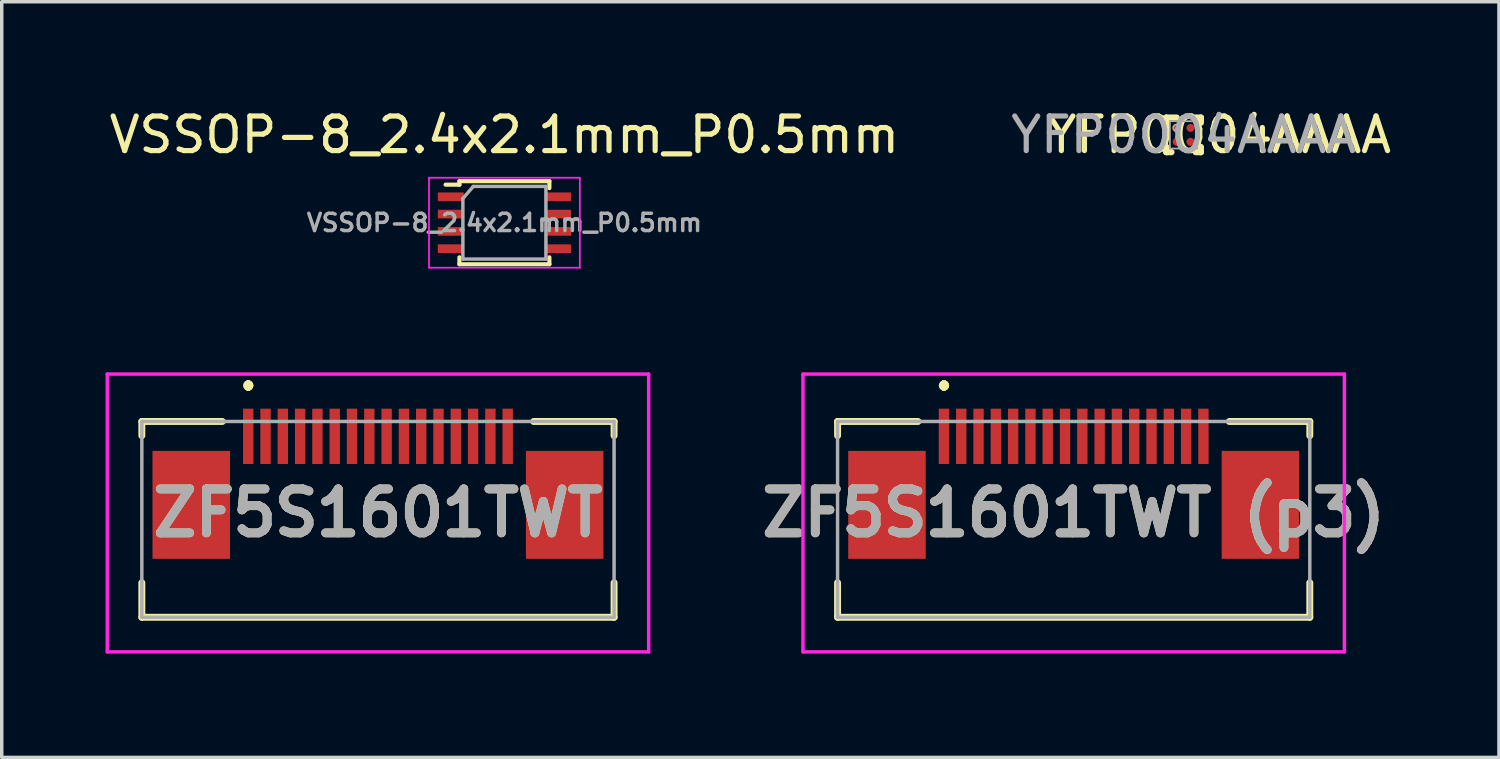
<source format=kicad_pcb>
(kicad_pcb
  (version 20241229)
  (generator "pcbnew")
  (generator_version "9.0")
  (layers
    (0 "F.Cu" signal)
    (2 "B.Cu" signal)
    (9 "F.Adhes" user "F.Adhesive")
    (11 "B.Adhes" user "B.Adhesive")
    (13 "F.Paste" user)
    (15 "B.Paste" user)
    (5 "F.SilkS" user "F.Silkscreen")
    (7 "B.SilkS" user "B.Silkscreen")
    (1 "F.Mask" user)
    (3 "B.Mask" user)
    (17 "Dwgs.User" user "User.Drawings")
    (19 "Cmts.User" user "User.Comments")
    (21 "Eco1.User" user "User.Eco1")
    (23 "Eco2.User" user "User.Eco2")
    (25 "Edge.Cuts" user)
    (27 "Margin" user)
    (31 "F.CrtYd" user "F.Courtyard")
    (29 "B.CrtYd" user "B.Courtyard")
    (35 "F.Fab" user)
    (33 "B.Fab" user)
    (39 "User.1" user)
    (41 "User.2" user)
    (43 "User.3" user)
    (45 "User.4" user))
  (footprint "VSSOP-8_2.4x2.1mm_P0.5mm"
    (layer "F.Cu")
    (at 11.53 3.388)
    (property "Reference" "VSSOP-8_2.4x2.1mm_P0.5mm" (at 0 -2.54 0) (layer "F.SilkS") (effects (font (size 1 1) (thickness 0.15))))
    (attr smd)
    (fp_line (start -1.3 -1.2) (end -1.3 -1.1) (stroke (width 0.12) (type solid)) (layer "F.SilkS"))
    (fp_line (start -1.3 -1.1) (end -1.7 -1.1) (stroke (width 0.12) (type solid)) (layer "F.SilkS"))
    (fp_line (start -1.3 1.2) (end -1.3 1) (stroke (width 0.12) (type solid)) (layer "F.SilkS"))
    (fp_line (start -1.3 1.2) (end 1.3 1.2) (stroke (width 0.12) (type solid)) (layer "F.SilkS"))
    (fp_line (start 1.3 -1.2) (end -1.3 -1.2) (stroke (width 0.12) (type solid)) (layer "F.SilkS"))
    (fp_line (start 1.3 -1) (end 1.3 -1.2) (stroke (width 0.12) (type solid)) (layer "F.SilkS"))
    (fp_line (start 1.3 1.2) (end 1.3 1) (stroke (width 0.12) (type solid)) (layer "F.SilkS"))
    (fp_line (start -2.18 -1.3) (end 2.18 -1.3) (stroke (width 0.05) (type solid)) (layer "F.CrtYd"))
    (fp_line (start -2.18 1.3) (end -2.18 -1.3) (stroke (width 0.05) (type solid)) (layer "F.CrtYd"))
    (fp_line (start 2.18 -1.3) (end 2.18 1.3) (stroke (width 0.05) (type solid)) (layer "F.CrtYd"))
    (fp_line (start 2.18 1.3) (end -2.18 1.3) (stroke (width 0.05) (type solid)) (layer "F.CrtYd"))
    (fp_line (start -1.2 -0.7) (end -1.2 1.05) (stroke (width 0.1) (type solid)) (layer "F.Fab"))
    (fp_line (start -1.2 1.05) (end 1.2 1.05) (stroke (width 0.1) (type solid)) (layer "F.Fab"))
    (fp_line (start -0.9 -1.05) (end -1.2 -0.7) (stroke (width 0.1) (type solid)) (layer "F.Fab"))
    (fp_line (start 1.2 -1.05) (end -0.9 -1.05) (stroke (width 0.1) (type solid)) (layer "F.Fab"))
    (fp_line (start 1.2 1.05) (end 1.2 -1.05) (stroke (width 0.1) (type solid)) (layer "F.Fab"))
    (fp_text user "${REFERENCE}" (at 0 0 0) (layer "F.Fab") (effects (font (size 0.5 0.5) (thickness 0.1))))
    (pad "1" smd rect (at -1.55 -0.75) (size 0.75 0.25) (layers "F.Cu" "F.Mask" "F.Paste"))
    (pad "2" smd rect (at -1.55 -0.25) (size 0.75 0.25) (layers "F.Cu" "F.Mask" "F.Paste"))
    (pad "3" smd rect (at -1.55 0.25) (size 0.75 0.25) (layers "F.Cu" "F.Mask" "F.Paste"))
    (pad "4" smd rect (at -1.55 0.75) (size 0.75 0.25) (layers "F.Cu" "F.Mask" "F.Paste"))
    (pad "5" smd rect (at 1.55 0.75) (size 0.75 0.25) (layers "F.Cu" "F.Mask" "F.Paste"))
    (pad "6" smd rect (at 1.55 0.25) (size 0.75 0.25) (layers "F.Cu" "F.Mask" "F.Paste"))
    (pad "7" smd rect (at 1.55 -0.25) (size 0.75 0.25) (layers "F.Cu" "F.Mask" "F.Paste"))
    (pad "8" smd rect (at 1.55 -0.75) (size 0.75 0.25) (layers "F.Cu" "F.Mask" "F.Paste")))
  (footprint "ZF5S1601TWT"
    (layer "F.Cu")
    (at 7.875 11.963)
    (property "Reference" "ZF5S1601TWT" (at 0 -0.185 180) (layer "F.SilkS") (effects (font (size 1.27 1.27) (thickness 0.254))))
    (attr smd)
    (fp_line (start -6.825 -2.83) (end -6.825 -2.42) (stroke (width 0.2) (type solid)) (layer "F.SilkS"))
    (fp_line (start -6.825 1.83) (end -6.825 2.83) (stroke (width 0.2) (type solid)) (layer "F.SilkS"))
    (fp_line (start -6.825 2.83) (end 6.825 2.83) (stroke (width 0.2) (type solid)) (layer "F.SilkS"))
    (fp_line (start -4.5 -2.83) (end -6.825 -2.83) (stroke (width 0.2) (type solid)) (layer "F.SilkS"))
    (fp_line (start -3.75 -3.92) (end -3.75 -3.92) (stroke (width 0.2) (type solid)) (layer "F.SilkS"))
    (fp_line (start -3.75 -3.82) (end -3.75 -3.82) (stroke (width 0.2) (type solid)) (layer "F.SilkS"))
    (fp_line (start -3.75 -3.82) (end -3.75 -3.82) (stroke (width 0.2) (type solid)) (layer "F.SilkS"))
    (fp_line (start 4.5 -2.83) (end 6.825 -2.83) (stroke (width 0.2) (type solid)) (layer "F.SilkS"))
    (fp_line (start 6.825 -2.83) (end 6.825 -2.42) (stroke (width 0.2) (type solid)) (layer "F.SilkS"))
    (fp_line (start 6.825 2.83) (end 6.825 1.83) (stroke (width 0.2) (type solid)) (layer "F.SilkS"))
    (fp_arc (start -3.75 -3.92) (mid -3.7 -3.87) (end -3.75 -3.82) (stroke (width 0.2) (type solid)) (layer "F.SilkS"))
    (fp_arc (start -3.75 -3.92) (mid -3.7 -3.87) (end -3.75 -3.82) (stroke (width 0.2) (type solid)) (layer "F.SilkS"))
    (fp_arc (start -3.75 -3.82) (mid -3.8 -3.87) (end -3.75 -3.92) (stroke (width 0.2) (type solid)) (layer "F.SilkS"))
    (fp_line (start -7.825 -4.2) (end 7.825 -4.2) (stroke (width 0.1) (type solid)) (layer "F.CrtYd"))
    (fp_line (start -7.825 3.83) (end -7.825 -4.2) (stroke (width 0.1) (type solid)) (layer "F.CrtYd"))
    (fp_line (start 7.825 -4.2) (end 7.825 3.83) (stroke (width 0.1) (type solid)) (layer "F.CrtYd"))
    (fp_line (start 7.825 3.83) (end -7.825 3.83) (stroke (width 0.1) (type solid)) (layer "F.CrtYd"))
    (fp_line (start -6.825 -2.83) (end -6.825 2.83) (stroke (width 0.1) (type solid)) (layer "F.Fab"))
    (fp_line (start -6.825 2.83) (end 6.825 2.83) (stroke (width 0.1) (type solid)) (layer "F.Fab"))
    (fp_line (start 6.825 -2.83) (end -6.825 -2.83) (stroke (width 0.1) (type solid)) (layer "F.Fab"))
    (fp_line (start 6.825 2.83) (end 6.825 -2.83) (stroke (width 0.1) (type solid)) (layer "F.Fab"))
    (fp_text user "${REFERENCE}" (at 0 -0.185 180) (layer "F.Fab") (effects (font (size 1.27 1.27) (thickness 0.254))))
    (pad "1" smd rect (at -3.75 -2.4) (size 0.3 1.6) (layers "F.Cu" "F.Mask" "F.Paste"))
    (pad "2" smd rect (at -3.25 -2.4) (size 0.3 1.6) (layers "F.Cu" "F.Mask" "F.Paste"))
    (pad "3" smd rect (at -2.75 -2.4) (size 0.3 1.6) (layers "F.Cu" "F.Mask" "F.Paste"))
    (pad "4" smd rect (at -2.25 -2.4) (size 0.3 1.6) (layers "F.Cu" "F.Mask" "F.Paste"))
    (pad "5" smd rect (at -1.75 -2.4) (size 0.3 1.6) (layers "F.Cu" "F.Mask" "F.Paste"))
    (pad "6" smd rect (at -1.25 -2.4) (size 0.3 1.6) (layers "F.Cu" "F.Mask" "F.Paste"))
    (pad "7" smd rect (at -0.75 -2.4) (size 0.3 1.6) (layers "F.Cu" "F.Mask" "F.Paste"))
    (pad "8" smd rect (at -0.25 -2.4) (size 0.3 1.6) (layers "F.Cu" "F.Mask" "F.Paste"))
    (pad "9" smd rect (at 0.25 -2.4) (size 0.3 1.6) (layers "F.Cu" "F.Mask" "F.Paste"))
    (pad "10" smd rect (at 0.75 -2.4) (size 0.3 1.6) (layers "F.Cu" "F.Mask" "F.Paste"))
    (pad "11" smd rect (at 1.25 -2.4) (size 0.3 1.6) (layers "F.Cu" "F.Mask" "F.Paste"))
    (pad "12" smd rect (at 1.75 -2.4) (size 0.3 1.6) (layers "F.Cu" "F.Mask" "F.Paste"))
    (pad "13" smd rect (at 2.25 -2.4) (size 0.3 1.6) (layers "F.Cu" "F.Mask" "F.Paste"))
    (pad "14" smd rect (at 2.75 -2.4) (size 0.3 1.6) (layers "F.Cu" "F.Mask" "F.Paste"))
    (pad "15" smd rect (at 3.25 -2.4) (size 0.3 1.6) (layers "F.Cu" "F.Mask" "F.Paste"))
    (pad "16" smd rect (at 3.75 -2.4) (size 0.3 1.6) (layers "F.Cu" "F.Mask" "F.Paste"))
    (pad "MP1" smd rect (at -5.397 -0.42) (size 2.24 3.12) (layers "F.Cu" "F.Mask" "F.Paste"))
    (pad "MP2" smd rect (at 5.397 -0.42) (size 2.24 3.12) (layers "F.Cu" "F.Mask" "F.Paste")))
  (footprint "YFP0004AAAA"
    (layer "F.Cu")
    (at 31.161 0.848)
    (property "Reference" "YFP0004AAAA" (at 1.016 0 0) (unlocked yes) (layer "F.SilkS") (effects (font (size 1 1) (thickness 0.15))))
    (attr smd)
    (fp_line (start -0.5 -0.5) (end -0.2 -0.5) (stroke (width 0.18) (type solid)) (layer "F.SilkS"))
    (fp_line (start -0.5 -0.2) (end -0.5 -0.5) (stroke (width 0.18) (type solid)) (layer "F.SilkS"))
    (fp_line (start -0.5 0.5) (end -0.5 0.35) (stroke (width 0.18) (type solid)) (layer "F.SilkS"))
    (fp_line (start -0.5 0.5) (end -0.35 0.5) (stroke (width 0.18) (type solid)) (layer "F.SilkS"))
    (fp_line (start 0.35 -0.5) (end 0.5 -0.5) (stroke (width 0.18) (type solid)) (layer "F.SilkS"))
    (fp_line (start 0.35 0.5) (end 0.5 0.5) (stroke (width 0.18) (type solid)) (layer "F.SilkS"))
    (fp_line (start 0.5 -0.35) (end 0.5 -0.5) (stroke (width 0.18) (type solid)) (layer "F.SilkS"))
    (fp_line (start 0.5 0.5) (end 0.5 0.35) (stroke (width 0.18) (type solid)) (layer "F.SilkS"))
    (fp_circle (center -0.275 -0.275) (end -0.25 -0.275) (stroke (width 0.05) (type solid)) (fill no) (layer "F.Paste"))
    (fp_circle (center -0.275 -0.125) (end -0.25 -0.125) (stroke (width 0.05) (type solid)) (fill no) (layer "F.Paste"))
    (fp_circle (center -0.275 0.125) (end -0.25 0.125) (stroke (width 0.05) (type solid)) (fill no) (layer "F.Paste"))
    (fp_circle (center -0.275 0.275) (end -0.25 0.275) (stroke (width 0.05) (type solid)) (fill no) (layer "F.Paste"))
    (fp_circle (center -0.125 -0.275) (end -0.1 -0.275) (stroke (width 0.05) (type solid)) (fill no) (layer "F.Paste"))
    (fp_circle (center -0.125 -0.125) (end -0.1 -0.125) (stroke (width 0.05) (type solid)) (fill no) (layer "F.Paste"))
    (fp_circle (center -0.125 0.125) (end -0.1 0.125) (stroke (width 0.05) (type solid)) (fill no) (layer "F.Paste"))
    (fp_circle (center -0.125 0.275) (end -0.1 0.275) (stroke (width 0.05) (type solid)) (fill no) (layer "F.Paste"))
    (fp_circle (center 0.125 -0.275) (end 0.15 -0.275) (stroke (width 0.05) (type solid)) (fill no) (layer "F.Paste"))
    (fp_circle (center 0.125 -0.125) (end 0.15 -0.125) (stroke (width 0.05) (type solid)) (fill no) (layer "F.Paste"))
    (fp_circle (center 0.125 0.125) (end 0.15 0.125) (stroke (width 0.05) (type solid)) (fill no) (layer "F.Paste"))
    (fp_circle (center 0.125 0.275) (end 0.15 0.275) (stroke (width 0.05) (type solid)) (fill no) (layer "F.Paste"))
    (fp_circle (center 0.275 -0.275) (end 0.3 -0.275) (stroke (width 0.05) (type solid)) (fill no) (layer "F.Paste"))
    (fp_circle (center 0.275 -0.125) (end 0.3 -0.125) (stroke (width 0.05) (type solid)) (fill no) (layer "F.Paste"))
    (fp_circle (center 0.275 0.125) (end 0.3 0.125) (stroke (width 0.05) (type solid)) (fill no) (layer "F.Paste"))
    (fp_circle (center 0.275 0.275) (end 0.3 0.275) (stroke (width 0.05) (type solid)) (fill no) (layer "F.Paste"))
    (fp_poly (pts (xy -0.325 -0.275) (xy -0.325 -0.125) (xy -0.275 -0.125) (xy -0.275 -0.275)) (stroke (width 0) (type solid)) (fill yes) (layer "F.Paste"))
    (fp_poly (pts (xy -0.325 0.125) (xy -0.325 0.275) (xy -0.275 0.275) (xy -0.275 0.125)) (stroke (width 0) (type solid)) (fill yes) (layer "F.Paste"))
    (fp_poly (pts (xy -0.275 -0.275) (xy -0.275 -0.125) (xy -0.125 -0.125) (xy -0.125 -0.275)) (stroke (width 0) (type solid)) (fill yes) (layer "F.Paste"))
    (fp_poly (pts (xy -0.275 -0.075) (xy -0.125 -0.075) (xy -0.125 -0.125) (xy -0.275 -0.125)) (stroke (width 0) (type solid)) (fill yes) (layer "F.Paste"))
    (fp_poly (pts (xy -0.275 0.125) (xy -0.275 0.275) (xy -0.125 0.275) (xy -0.125 0.125)) (stroke (width 0) (type solid)) (fill yes) (layer "F.Paste"))
    (fp_poly (pts (xy -0.275 0.325) (xy -0.125 0.325) (xy -0.125 0.275) (xy -0.275 0.275)) (stroke (width 0) (type solid)) (fill yes) (layer "F.Paste"))
    (fp_poly (pts (xy -0.125 -0.325) (xy -0.275 -0.325) (xy -0.275 -0.275) (xy -0.125 -0.275)) (stroke (width 0) (type solid)) (fill yes) (layer "F.Paste"))
    (fp_poly (pts (xy -0.125 0.075) (xy -0.275 0.075) (xy -0.275 0.125) (xy -0.125 0.125)) (stroke (width 0) (type solid)) (fill yes) (layer "F.Paste"))
    (fp_poly (pts (xy -0.075 -0.125) (xy -0.075 -0.275) (xy -0.125 -0.275) (xy -0.125 -0.125)) (stroke (width 0) (type solid)) (fill yes) (layer "F.Paste"))
    (fp_poly (pts (xy -0.075 0.275) (xy -0.075 0.125) (xy -0.125 0.125) (xy -0.125 0.275)) (stroke (width 0) (type solid)) (fill yes) (layer "F.Paste"))
    (fp_poly (pts (xy 0.075 -0.275) (xy 0.075 -0.125) (xy 0.125 -0.125) (xy 0.125 -0.275)) (stroke (width 0) (type solid)) (fill yes) (layer "F.Paste"))
    (fp_poly (pts (xy 0.075 0.125) (xy 0.075 0.275) (xy 0.125 0.275) (xy 0.125 0.125)) (stroke (width 0) (type solid)) (fill yes) (layer "F.Paste"))
    (fp_poly (pts (xy 0.125 -0.275) (xy 0.125 -0.125) (xy 0.275 -0.125) (xy 0.275 -0.275)) (stroke (width 0) (type solid)) (fill yes) (layer "F.Paste"))
    (fp_poly (pts (xy 0.125 -0.075) (xy 0.275 -0.075) (xy 0.275 -0.125) (xy 0.125 -0.125)) (stroke (width 0) (type solid)) (fill yes) (layer "F.Paste"))
    (fp_poly (pts (xy 0.125 0.125) (xy 0.125 0.275) (xy 0.275 0.275) (xy 0.275 0.125)) (stroke (width 0) (type solid)) (fill yes) (layer "F.Paste"))
    (fp_poly (pts (xy 0.125 0.325) (xy 0.275 0.325) (xy 0.275 0.275) (xy 0.125 0.275)) (stroke (width 0) (type solid)) (fill yes) (layer "F.Paste"))
    (fp_poly (pts (xy 0.275 -0.325) (xy 0.125 -0.325) (xy 0.125 -0.275) (xy 0.275 -0.275)) (stroke (width 0) (type solid)) (fill yes) (layer "F.Paste"))
    (fp_poly (pts (xy 0.275 0.075) (xy 0.125 0.075) (xy 0.125 0.125) (xy 0.275 0.125)) (stroke (width 0) (type solid)) (fill yes) (layer "F.Paste"))
    (fp_poly (pts (xy 0.325 -0.125) (xy 0.325 -0.275) (xy 0.275 -0.275) (xy 0.275 -0.125)) (stroke (width 0) (type solid)) (fill yes) (layer "F.Paste"))
    (fp_poly (pts (xy 0.325 0.275) (xy 0.325 0.125) (xy 0.275 0.125) (xy 0.275 0.275)) (stroke (width 0) (type solid)) (fill yes) (layer "F.Paste"))
    (fp_line (start -0.395 -0.395) (end 0.395 -0.395) (stroke (width 0.05) (type solid)) (layer "F.Fab"))
    (fp_line (start -0.395 0.395) (end 0.395 0.395) (stroke (width 0.05) (type solid)) (layer "F.Fab"))
    (fp_line (start -0.395 0.4) (end -0.395 -0.395) (stroke (width 0.05) (type solid)) (layer "F.Fab"))
    (fp_line (start 0.395 0.4) (end 0.395 -0.395) (stroke (width 0.05) (type solid)) (layer "F.Fab"))
    (fp_circle (center -0.2 -0.2) (end -0.1 -0.2) (stroke (width 0.05) (type solid)) (fill no) (layer "F.Fab"))
    (fp_text user "${REFERENCE}" (at 0 0 0) (unlocked yes) (layer "F.Fab") (effects (font (size 1 1) (thickness 0.15))))
    (pad "A1" smd circle (at -0.2 -0.2) (size 0.23 0.23) (layers "F.Cu" "F.Mask"))
    (pad "A2" smd circle (at 0.2 -0.2) (size 0.23 0.23) (layers "F.Cu" "F.Mask"))
    (pad "B1" smd circle (at -0.2 0.2) (size 0.23 0.23) (layers "F.Cu" "F.Mask"))
    (pad "B2" smd circle (at 0.2 0.2) (size 0.23 0.23) (layers "F.Cu" "F.Mask")))
  (footprint "ZF5S1601TWT (p3)"
    (layer "F.Cu")
    (at 27.985 11.963)
    (property "Reference" "ZF5S1601TWT (p3)" (at 0 -0.185 0) (layer "F.SilkS") (effects (font (size 1.27 1.27) (thickness 0.254))))
    (attr smd)
    (fp_line (start -6.825 -2.83) (end -6.825 -2.42) (stroke (width 0.2) (type solid)) (layer "F.SilkS"))
    (fp_line (start -6.825 1.83) (end -6.825 2.83) (stroke (width 0.2) (type solid)) (layer "F.SilkS"))
    (fp_line (start -6.825 2.83) (end 6.825 2.83) (stroke (width 0.2) (type solid)) (layer "F.SilkS"))
    (fp_line (start -4.5 -2.83) (end -6.825 -2.83) (stroke (width 0.2) (type solid)) (layer "F.SilkS"))
    (fp_line (start -3.75 -3.92) (end -3.75 -3.92) (stroke (width 0.2) (type solid)) (layer "F.SilkS"))
    (fp_line (start -3.75 -3.82) (end -3.75 -3.82) (stroke (width 0.2) (type solid)) (layer "F.SilkS"))
    (fp_line (start -3.75 -3.82) (end -3.75 -3.82) (stroke (width 0.2) (type solid)) (layer "F.SilkS"))
    (fp_line (start 4.5 -2.83) (end 6.825 -2.83) (stroke (width 0.2) (type solid)) (layer "F.SilkS"))
    (fp_line (start 6.825 -2.83) (end 6.825 -2.42) (stroke (width 0.2) (type solid)) (layer "F.SilkS"))
    (fp_line (start 6.825 2.83) (end 6.825 1.83) (stroke (width 0.2) (type solid)) (layer "F.SilkS"))
    (fp_arc (start -3.75 -3.92) (mid -3.7 -3.87) (end -3.75 -3.82) (stroke (width 0.2) (type solid)) (layer "F.SilkS"))
    (fp_arc (start -3.75 -3.92) (mid -3.7 -3.87) (end -3.75 -3.82) (stroke (width 0.2) (type solid)) (layer "F.SilkS"))
    (fp_arc (start -3.75 -3.82) (mid -3.8 -3.87) (end -3.75 -3.92) (stroke (width 0.2) (type solid)) (layer "F.SilkS"))
    (fp_line (start -7.825 -4.2) (end 7.825 -4.2) (stroke (width 0.1) (type solid)) (layer "F.CrtYd"))
    (fp_line (start -7.825 3.83) (end -7.825 -4.2) (stroke (width 0.1) (type solid)) (layer "F.CrtYd"))
    (fp_line (start 7.825 -4.2) (end 7.825 3.83) (stroke (width 0.1) (type solid)) (layer "F.CrtYd"))
    (fp_line (start 7.825 3.83) (end -7.825 3.83) (stroke (width 0.1) (type solid)) (layer "F.CrtYd"))
    (fp_line (start -6.825 -2.83) (end -6.825 2.83) (stroke (width 0.1) (type solid)) (layer "F.Fab"))
    (fp_line (start -6.825 2.83) (end 6.825 2.83) (stroke (width 0.1) (type solid)) (layer "F.Fab"))
    (fp_line (start 6.825 -2.83) (end -6.825 -2.83) (stroke (width 0.1) (type solid)) (layer "F.Fab"))
    (fp_line (start 6.825 2.83) (end 6.825 -2.83) (stroke (width 0.1) (type solid)) (layer "F.Fab"))
    (fp_text user "${REFERENCE}" (at 0 -0.185 0) (layer "F.Fab") (effects (font (size 1.27 1.27) (thickness 0.254))))
    (pad "1" smd rect (at -3.75 -2.4) (size 0.3 1.6) (layers "F.Cu" "F.Mask" "F.Paste"))
    (pad "2" smd rect (at -3.25 -2.4) (size 0.3 1.6) (layers "F.Cu" "F.Mask" "F.Paste"))
    (pad "3" smd rect (at -2.75 -2.4) (size 0.3 1.6) (layers "F.Cu" "F.Mask" "F.Paste"))
    (pad "4" smd rect (at -2.25 -2.4) (size 0.3 1.6) (layers "F.Cu" "F.Mask" "F.Paste"))
    (pad "5" smd rect (at -1.75 -2.4) (size 0.3 1.6) (layers "F.Cu" "F.Mask" "F.Paste"))
    (pad "6" smd rect (at -1.25 -2.4) (size 0.3 1.6) (layers "F.Cu" "F.Mask" "F.Paste"))
    (pad "7" smd rect (at -0.75 -2.4) (size 0.3 1.6) (layers "F.Cu" "F.Mask" "F.Paste"))
    (pad "8" smd rect (at -0.25 -2.4) (size 0.3 1.6) (layers "F.Cu" "F.Mask" "F.Paste"))
    (pad "9" smd rect (at 0.25 -2.4) (size 0.3 1.6) (layers "F.Cu" "F.Mask" "F.Paste"))
    (pad "10" smd rect (at 0.75 -2.4) (size 0.3 1.6) (layers "F.Cu" "F.Mask" "F.Paste"))
    (pad "11" smd rect (at 1.25 -2.4) (size 0.3 1.6) (layers "F.Cu" "F.Mask" "F.Paste"))
    (pad "12" smd rect (at 1.75 -2.4) (size 0.3 1.6) (layers "F.Cu" "F.Mask" "F.Paste"))
    (pad "13" smd rect (at 2.25 -2.4) (size 0.3 1.6) (layers "F.Cu" "F.Mask" "F.Paste"))
    (pad "14" smd rect (at 2.75 -2.4) (size 0.3 1.6) (layers "F.Cu" "F.Mask" "F.Paste"))
    (pad "15" smd rect (at 3.25 -2.4) (size 0.3 1.6) (layers "F.Cu" "F.Mask" "F.Paste"))
    (pad "16" smd rect (at 3.75 -2.4) (size 0.3 1.6) (layers "F.Cu" "F.Mask" "F.Paste"))
    (pad "MP1" smd rect (at -5.397 -0.42) (size 2.24 3.12) (layers "F.Cu" "F.Mask" "F.Paste"))
    (pad "MP2" smd rect (at 5.397 -0.42) (size 2.24 3.12) (layers "F.Cu" "F.Mask" "F.Paste")))
  (gr_rect
    (start -3 -3)
    (end 40.278 18.843)
    (stroke (width 0.1) (type default))
    (fill no)
    (layer "Edge.Cuts")))
</source>
